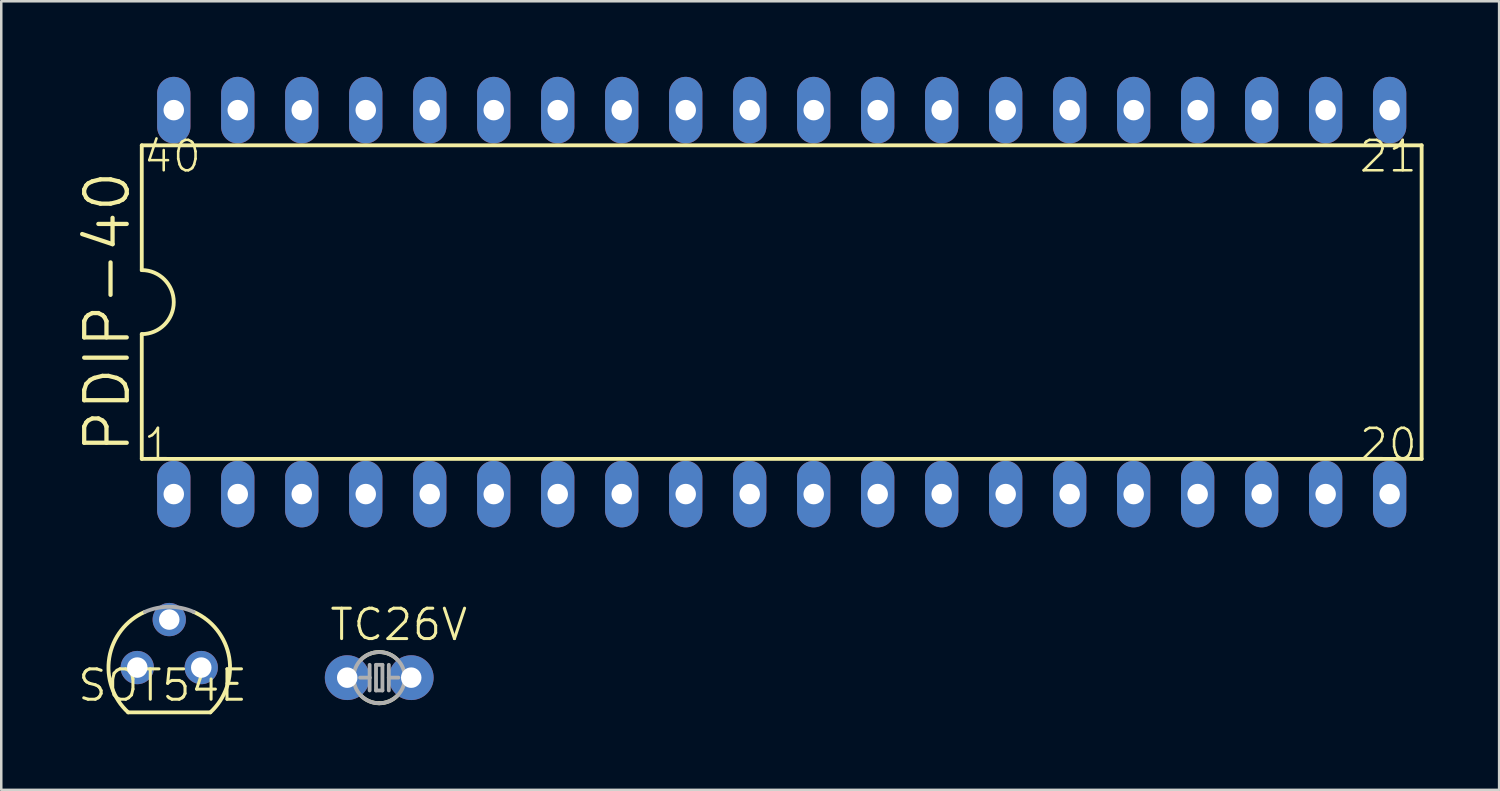
<source format=kicad_pcb>
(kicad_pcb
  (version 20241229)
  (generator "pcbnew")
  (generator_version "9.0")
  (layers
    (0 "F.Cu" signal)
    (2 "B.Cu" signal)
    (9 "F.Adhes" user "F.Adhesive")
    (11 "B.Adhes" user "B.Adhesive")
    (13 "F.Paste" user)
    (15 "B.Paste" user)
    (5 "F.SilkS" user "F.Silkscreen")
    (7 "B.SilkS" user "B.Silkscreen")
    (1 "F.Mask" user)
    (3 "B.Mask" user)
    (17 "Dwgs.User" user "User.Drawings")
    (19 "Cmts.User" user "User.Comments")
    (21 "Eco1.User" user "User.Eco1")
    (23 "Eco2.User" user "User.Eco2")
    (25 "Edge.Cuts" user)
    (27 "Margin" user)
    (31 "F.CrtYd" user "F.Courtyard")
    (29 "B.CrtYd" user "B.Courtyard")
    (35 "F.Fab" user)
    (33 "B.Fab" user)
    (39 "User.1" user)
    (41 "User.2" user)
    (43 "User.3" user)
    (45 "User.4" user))
  (footprint "TC26V"
    (layer "F.Cu")
    (at 12.002 23.847)
    (property "Reference" "TC26V" (at -2.032 -1.397 0) (layer "F.SilkS") (effects (font (size 1.206 1.206) (thickness 0.121)) (justify left bottom)))
    (attr through_hole)
    (fp_arc (start -0.7184 -0.7184) (mid -0.388798 -0.938648) (end 0 -1.015999) (stroke (width 0.1524) (type solid)) (layer "F.SilkS"))
    (fp_arc (start 0 -1.016) (mid 0.388798 -0.938649) (end 0.7184 -0.718401) (stroke (width 0.1524) (type solid)) (layer "F.SilkS"))
    (fp_arc (start 0 1.015999) (mid -0.388798 0.938648) (end -0.7184 0.7184) (stroke (width 0.1524) (type solid)) (layer "F.SilkS"))
    (fp_arc (start 0.7184 0.718401) (mid 0.388798 0.938649) (end 0 1.016) (stroke (width 0.1524) (type solid)) (layer "F.SilkS"))
    (fp_line (start -0.381 0) (end -0.762 0) (stroke (width 0.152) (type solid)) (layer "F.Fab"))
    (fp_line (start -0.381 0) (end -0.381 -0.508) (stroke (width 0.152) (type solid)) (layer "F.Fab"))
    (fp_line (start -0.381 0.508) (end -0.381 0) (stroke (width 0.152) (type solid)) (layer "F.Fab"))
    (fp_line (start -0.127 0.508) (end -0.127 -0.508) (stroke (width 0.152) (type solid)) (layer "F.Fab"))
    (fp_line (start -0.127 0.508) (end 0.127 0.508) (stroke (width 0.152) (type solid)) (layer "F.Fab"))
    (fp_line (start 0.127 -0.508) (end -0.127 -0.508) (stroke (width 0.152) (type solid)) (layer "F.Fab"))
    (fp_line (start 0.127 -0.508) (end 0.127 0.508) (stroke (width 0.152) (type solid)) (layer "F.Fab"))
    (fp_line (start 0.381 0) (end 0.381 -0.508) (stroke (width 0.152) (type solid)) (layer "F.Fab"))
    (fp_line (start 0.381 0) (end 0.762 0) (stroke (width 0.152) (type solid)) (layer "F.Fab"))
    (fp_line (start 0.381 0.508) (end 0.381 0) (stroke (width 0.152) (type solid)) (layer "F.Fab"))
    (fp_circle (center 0 0) (end 1.016 0) (stroke (width 0.152) (type solid)) (fill no) (layer "F.Fab"))
    (pad "1" thru_hole circle (at -1.27 0) (size 1.778 1.778) (drill 0.813) (layers "*.Cu" "*.Mask"))
    (pad "2" thru_hole circle (at 1.27 0) (size 1.778 1.778) (drill 0.813) (layers "*.Cu" "*.Mask")))
  (footprint "SOT54E"
    (layer "F.Cu")
    (at 3.668 23.447)
    (property "Reference" "SOT54E" (at 3.175 0 180) (layer "F.SilkS") (effects (font (size 1.206 1.206) (thickness 0.121)) (justify right top)))
    (attr through_hole)
    (fp_line (start -1.631 1.778) (end 1.631 1.778) (stroke (width 0.152) (type solid)) (layer "F.SilkS"))
    (fp_arc (start -1.631 1.778) (mid -2.380095 -0.395238) (end -0.9689 -2.209799) (stroke (width 0.1524) (type solid)) (layer "F.SilkS"))
    (fp_arc (start 0.9689 -2.2098) (mid 2.380095 -0.395238) (end 1.631001 1.778) (stroke (width 0.1524) (type solid)) (layer "F.SilkS"))
    (fp_arc (start -0.9692 -2.2098) (mid 0 -2.412999) (end 0.969199 -2.2098) (stroke (width 0.1524) (type solid)) (layer "F.Fab"))
    (pad "D" thru_hole circle (at -1.27 0) (size 1.321 1.321) (drill 0.813) (layers "*.Cu" "*.Mask"))
    (pad "G" thru_hole circle (at 0 -1.905) (size 1.321 1.321) (drill 0.813) (layers "*.Cu" "*.Mask"))
    (pad "S" thru_hole circle (at 1.27 0) (size 1.321 1.321) (drill 0.813) (layers "*.Cu" "*.Mask")))
  (footprint "PDIP-40"
    (layer "F.Cu")
    (at 22.897 7.671)
    (property "Reference" "PDIP-40" (at -20.701 7.366 90) (layer "F.SilkS") (effects (font (size 1.689 1.689) (thickness 0.169)) (justify left bottom)))
    (attr through_hole)
    (fp_line (start -20.32 -4.953) (end -20.32 0) (stroke (width 0.152) (type solid)) (layer "F.SilkS"))
    (fp_line (start -20.32 -4.953) (end 30.48 -4.953) (stroke (width 0.152) (type solid)) (layer "F.SilkS"))
    (fp_line (start -20.32 2.54) (end -20.32 7.493) (stroke (width 0.152) (type solid)) (layer "F.SilkS"))
    (fp_line (start -20.32 7.493) (end 30.48 7.493) (stroke (width 0.152) (type solid)) (layer "F.SilkS"))
    (fp_line (start 30.48 7.493) (end 30.48 -4.953) (stroke (width 0.152) (type solid)) (layer "F.SilkS"))
    (fp_arc (start -20.32 0) (mid -19.05 1.27) (end -20.32 2.54) (stroke (width 0.1524) (type solid)) (layer "F.SilkS"))
    (fp_text user "20" (at 27.94 7.62 0) (layer "F.SilkS") (effects (font (size 1.206 1.206) (thickness 0.102)) (justify left bottom)))
    (fp_text user "21" (at 27.94 -3.81 0) (layer "F.SilkS") (effects (font (size 1.206 1.206) (thickness 0.102)) (justify left bottom)))
    (fp_text user "40" (at -20.32 -3.81 0) (layer "F.SilkS") (effects (font (size 1.206 1.206) (thickness 0.102)) (justify left bottom)))
    (fp_text user "1" (at -20.32 7.62 0) (layer "F.SilkS") (effects (font (size 1.206 1.206) (thickness 0.102)) (justify left bottom)))
    (pad "1" thru_hole oval (at -19.05 8.89 90) (size 2.642 1.321) (drill 0.813) (layers "*.Cu" "*.Mask"))
    (pad "2" thru_hole oval (at -16.51 8.89 90) (size 2.642 1.321) (drill 0.813) (layers "*.Cu" "*.Mask"))
    (pad "3" thru_hole oval (at -13.97 8.89 90) (size 2.642 1.321) (drill 0.813) (layers "*.Cu" "*.Mask"))
    (pad "4" thru_hole oval (at -11.43 8.89 90) (size 2.642 1.321) (drill 0.813) (layers "*.Cu" "*.Mask"))
    (pad "5" thru_hole oval (at -8.89 8.89 90) (size 2.642 1.321) (drill 0.813) (layers "*.Cu" "*.Mask"))
    (pad "6" thru_hole oval (at -6.35 8.89 90) (size 2.642 1.321) (drill 0.813) (layers "*.Cu" "*.Mask"))
    (pad "7" thru_hole oval (at -3.81 8.89 90) (size 2.642 1.321) (drill 0.813) (layers "*.Cu" "*.Mask"))
    (pad "8" thru_hole oval (at -1.27 8.89 90) (size 2.642 1.321) (drill 0.813) (layers "*.Cu" "*.Mask"))
    (pad "9" thru_hole oval (at 1.27 8.89 90) (size 2.642 1.321) (drill 0.813) (layers "*.Cu" "*.Mask"))
    (pad "10" thru_hole oval (at 3.81 8.89 90) (size 2.642 1.321) (drill 0.813) (layers "*.Cu" "*.Mask"))
    (pad "11" thru_hole oval (at 6.35 8.89 90) (size 2.642 1.321) (drill 0.813) (layers "*.Cu" "*.Mask"))
    (pad "12" thru_hole oval (at 8.89 8.89 90) (size 2.642 1.321) (drill 0.813) (layers "*.Cu" "*.Mask"))
    (pad "13" thru_hole oval (at 11.43 8.89 90) (size 2.642 1.321) (drill 0.813) (layers "*.Cu" "*.Mask"))
    (pad "14" thru_hole oval (at 13.97 8.89 90) (size 2.642 1.321) (drill 0.813) (layers "*.Cu" "*.Mask"))
    (pad "15" thru_hole oval (at 16.51 8.89 90) (size 2.642 1.321) (drill 0.813) (layers "*.Cu" "*.Mask"))
    (pad "16" thru_hole oval (at 19.05 8.89 90) (size 2.642 1.321) (drill 0.813) (layers "*.Cu" "*.Mask"))
    (pad "17" thru_hole oval (at 21.59 8.89 90) (size 2.642 1.321) (drill 0.813) (layers "*.Cu" "*.Mask"))
    (pad "18" thru_hole oval (at 24.13 8.89 90) (size 2.642 1.321) (drill 0.813) (layers "*.Cu" "*.Mask"))
    (pad "19" thru_hole oval (at 26.67 8.89 90) (size 2.642 1.321) (drill 0.813) (layers "*.Cu" "*.Mask"))
    (pad "20" thru_hole oval (at 29.21 8.89 90) (size 2.642 1.321) (drill 0.813) (layers "*.Cu" "*.Mask"))
    (pad "21" thru_hole oval (at 29.21 -6.35 90) (size 2.642 1.321) (drill 0.813) (layers "*.Cu" "*.Mask"))
    (pad "22" thru_hole oval (at 26.67 -6.35 90) (size 2.642 1.321) (drill 0.813) (layers "*.Cu" "*.Mask"))
    (pad "23" thru_hole oval (at 24.13 -6.35 90) (size 2.642 1.321) (drill 0.813) (layers "*.Cu" "*.Mask"))
    (pad "24" thru_hole oval (at 21.59 -6.35 90) (size 2.642 1.321) (drill 0.813) (layers "*.Cu" "*.Mask"))
    (pad "25" thru_hole oval (at 19.05 -6.35 90) (size 2.642 1.321) (drill 0.813) (layers "*.Cu" "*.Mask"))
    (pad "26" thru_hole oval (at 16.51 -6.35 90) (size 2.642 1.321) (drill 0.813) (layers "*.Cu" "*.Mask"))
    (pad "27" thru_hole oval (at 13.97 -6.35 90) (size 2.642 1.321) (drill 0.813) (layers "*.Cu" "*.Mask"))
    (pad "28" thru_hole oval (at 11.43 -6.35 90) (size 2.642 1.321) (drill 0.813) (layers "*.Cu" "*.Mask"))
    (pad "29" thru_hole oval (at 8.89 -6.35 90) (size 2.642 1.321) (drill 0.813) (layers "*.Cu" "*.Mask"))
    (pad "30" thru_hole oval (at 6.35 -6.35 90) (size 2.642 1.321) (drill 0.813) (layers "*.Cu" "*.Mask"))
    (pad "31" thru_hole oval (at 3.81 -6.35 90) (size 2.642 1.321) (drill 0.813) (layers "*.Cu" "*.Mask"))
    (pad "32" thru_hole oval (at 1.27 -6.35 90) (size 2.642 1.321) (drill 0.813) (layers "*.Cu" "*.Mask"))
    (pad "33" thru_hole oval (at -1.27 -6.35 90) (size 2.642 1.321) (drill 0.813) (layers "*.Cu" "*.Mask"))
    (pad "34" thru_hole oval (at -3.81 -6.35 90) (size 2.642 1.321) (drill 0.813) (layers "*.Cu" "*.Mask"))
    (pad "35" thru_hole oval (at -6.35 -6.35 90) (size 2.642 1.321) (drill 0.813) (layers "*.Cu" "*.Mask"))
    (pad "36" thru_hole oval (at -8.89 -6.35 90) (size 2.642 1.321) (drill 0.813) (layers "*.Cu" "*.Mask"))
    (pad "37" thru_hole oval (at -11.43 -6.35 90) (size 2.642 1.321) (drill 0.813) (layers "*.Cu" "*.Mask"))
    (pad "38" thru_hole oval (at -13.97 -6.35 90) (size 2.642 1.321) (drill 0.813) (layers "*.Cu" "*.Mask"))
    (pad "39" thru_hole oval (at -16.51 -6.35 90) (size 2.642 1.321) (drill 0.813) (layers "*.Cu" "*.Mask"))
    (pad "40" thru_hole oval (at -19.05 -6.35 90) (size 2.642 1.321) (drill 0.813) (layers "*.Cu" "*.Mask")))
  (gr_rect
    (start -3 -3)
    (end 56.453 28.301)
    (stroke (width 0.1) (type default))
    (fill no)
    (layer "Edge.Cuts")))
</source>
